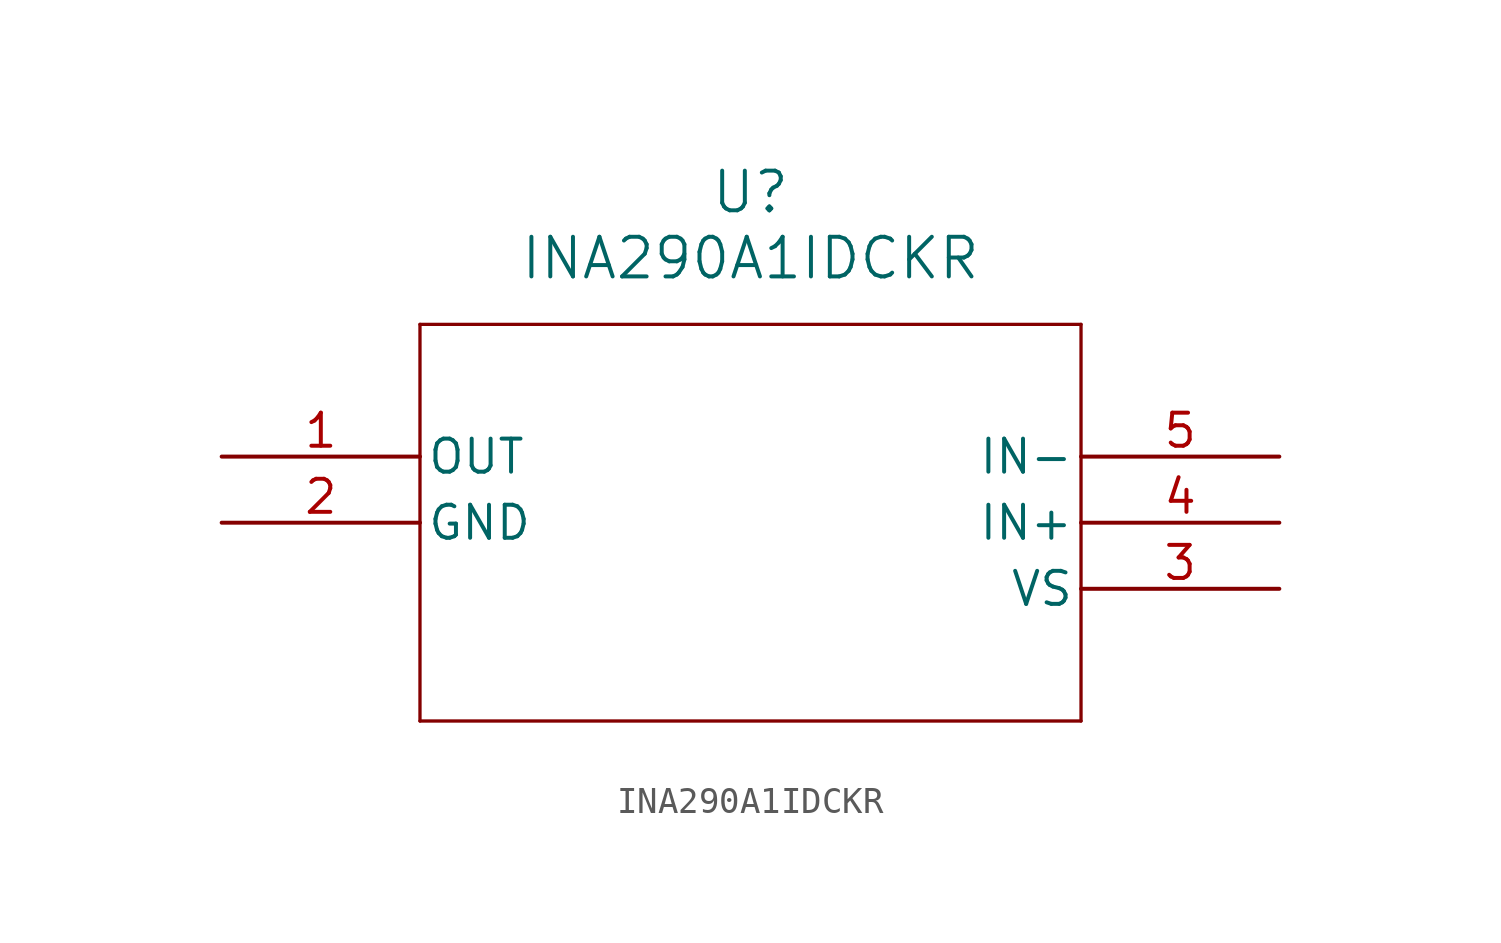
<source format=kicad_sym>
(kicad_symbol_lib
  (version 20211014)
  (generator kicad_symbol_editor)
  (symbol "INA290A1IDCKR"
    (pin_names
      (offset 0.254))
    (property "Reference" "U"
      (at 20.32 10.16 0)
      (effects (font (size 1.524 1.524))))
    (property "Value" "INA290A1IDCKR"
      (at 20.32 7.62 0)
      (effects (font (size 1.524 1.524))))
    (symbol "INA290A1IDCKR_0_1"
      (polyline (pts (xy 7.62 5.08) (xy 7.62 -10.16)) (stroke (width 0.127) (type default) (color 0 0 0 0)) (fill (type none)))
      (polyline (pts (xy 7.62 -10.16) (xy 33.02 -10.16)) (stroke (width 0.127) (type default) (color 0 0 0 0)) (fill (type none)))
      (polyline (pts (xy 33.02 -10.16) (xy 33.02 5.08)) (stroke (width 0.127) (type default) (color 0 0 0 0)) (fill (type none)))
      (polyline (pts (xy 33.02 5.08) (xy 7.62 5.08)) (stroke (width 0.127) (type default) (color 0 0 0 0)) (fill (type none)))
      (pin output line (at 0 0 0) (length 7.62) (name "OUT" (effects (font (size 1.27 1.27)))) (number "1" (effects (font (size 1.27 1.27)))))
      (pin power_out line (at 0 -2.54 0) (length 7.62) (name "GND" (effects (font (size 1.27 1.27)))) (number "2" (effects (font (size 1.27 1.27)))))
      (pin power_in line (at 40.64 -5.08 180) (length 7.62) (name "VS" (effects (font (size 1.27 1.27)))) (number "3" (effects (font (size 1.27 1.27)))))
      (pin input line (at 40.64 -2.54 180) (length 7.62) (name "IN+" (effects (font (size 1.27 1.27)))) (number "4" (effects (font (size 1.27 1.27)))))
      (pin input line (at 40.64 0 180) (length 7.62) (name "IN-" (effects (font (size 1.27 1.27)))) (number "5" (effects (font (size 1.27 1.27))))))))
</source>
